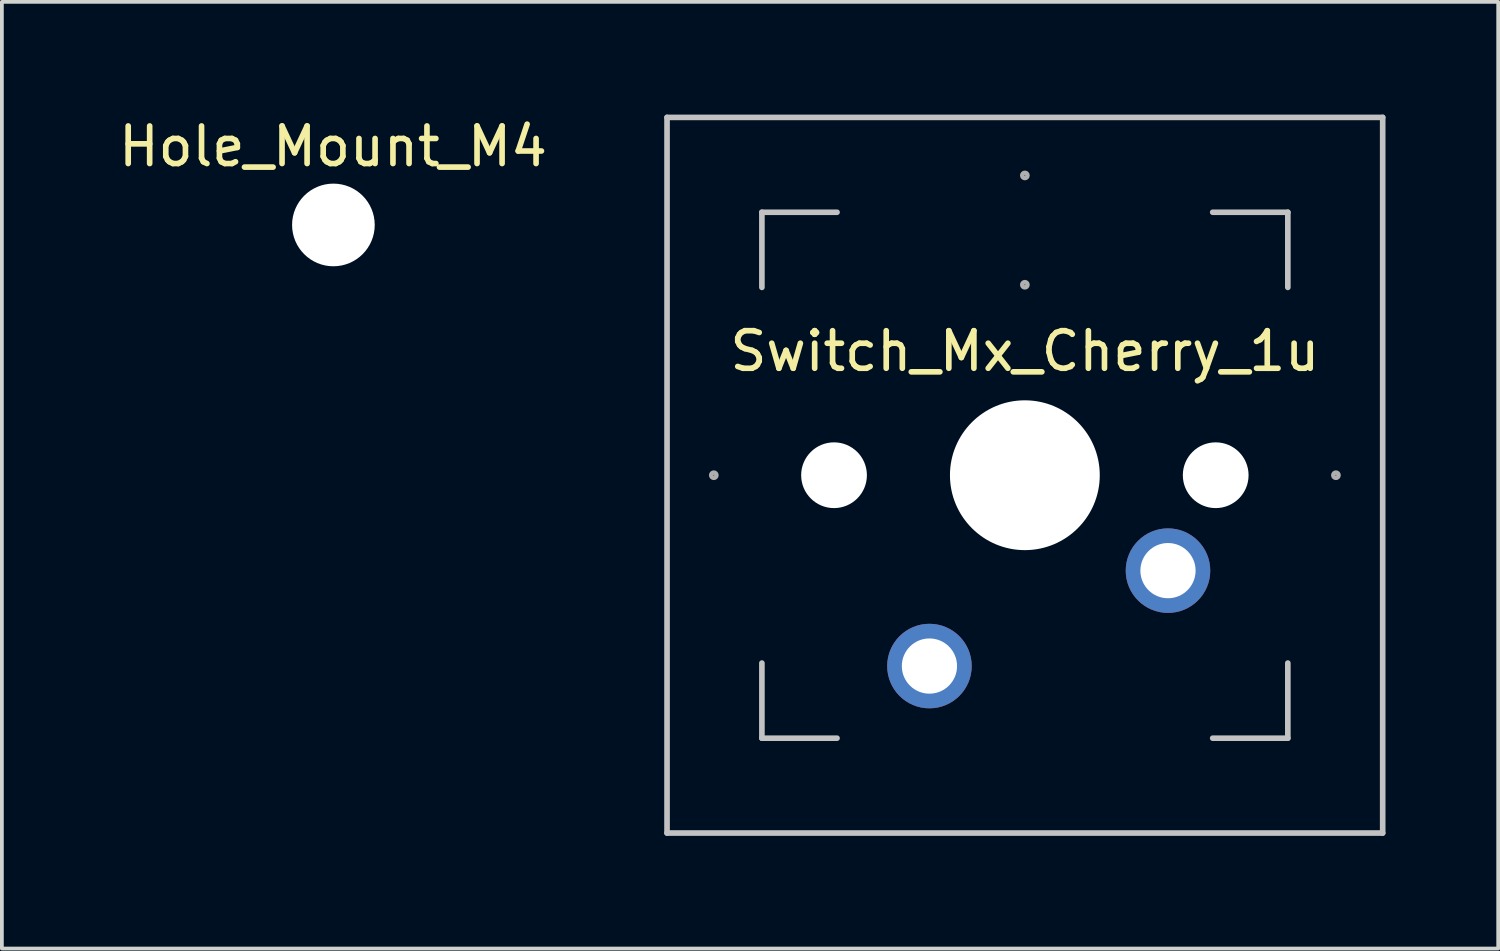
<source format=kicad_pcb>
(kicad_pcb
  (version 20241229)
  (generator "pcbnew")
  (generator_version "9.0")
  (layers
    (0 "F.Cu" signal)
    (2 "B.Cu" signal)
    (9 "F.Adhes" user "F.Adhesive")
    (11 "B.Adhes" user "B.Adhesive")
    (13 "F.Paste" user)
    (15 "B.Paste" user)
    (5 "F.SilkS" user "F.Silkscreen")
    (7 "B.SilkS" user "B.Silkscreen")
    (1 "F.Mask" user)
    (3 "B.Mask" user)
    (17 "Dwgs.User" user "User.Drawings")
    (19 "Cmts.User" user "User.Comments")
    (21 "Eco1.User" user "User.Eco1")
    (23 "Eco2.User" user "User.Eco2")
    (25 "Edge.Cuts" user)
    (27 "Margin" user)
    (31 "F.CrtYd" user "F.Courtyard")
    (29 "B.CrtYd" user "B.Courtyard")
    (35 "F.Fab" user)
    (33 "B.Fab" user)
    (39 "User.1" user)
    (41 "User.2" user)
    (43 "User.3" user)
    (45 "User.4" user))
  (footprint "Switch_Mx_Cherry_1u"
    (layer "F.Cu")
    (at 24.231 9.6)
    (property "Reference" "Switch_Mx_Cherry_1u" (at 0 -3.302 0) (layer "F.SilkS") (effects (font (size 1 1) (thickness 0.15))))
    (attr through_hole)
    (fp_line (start -9.525 -9.525) (end 9.525 -9.525) (stroke (width 0.15) (type solid)) (layer "Dwgs.User"))
    (fp_line (start -9.525 9.525) (end -9.525 -9.525) (stroke (width 0.15) (type solid)) (layer "Dwgs.User"))
    (fp_line (start -7 -7) (end -7 -5) (stroke (width 0.15) (type solid)) (layer "Dwgs.User"))
    (fp_line (start -7 7) (end -7 5) (stroke (width 0.15) (type solid)) (layer "Dwgs.User"))
    (fp_line (start -5 -7) (end -7 -7) (stroke (width 0.15) (type solid)) (layer "Dwgs.User"))
    (fp_line (start -5 7) (end -7 7) (stroke (width 0.15) (type solid)) (layer "Dwgs.User"))
    (fp_line (start 5 7) (end 7 7) (stroke (width 0.15) (type solid)) (layer "Dwgs.User"))
    (fp_line (start 7 -7) (end 5 -7) (stroke (width 0.15) (type solid)) (layer "Dwgs.User"))
    (fp_line (start 7 -5) (end 7 -7) (stroke (width 0.15) (type solid)) (layer "Dwgs.User"))
    (fp_line (start 7 7) (end 7 5) (stroke (width 0.15) (type solid)) (layer "Dwgs.User"))
    (fp_line (start 9.525 -9.525) (end 9.525 9.525) (stroke (width 0.15) (type solid)) (layer "Dwgs.User"))
    (fp_line (start 9.525 9.525) (end -9.525 9.525) (stroke (width 0.15) (type solid)) (layer "Dwgs.User"))
    (fp_circle (center -8.28 0) (end -8.28 0.01) (stroke (width 0.12) (type solid)) (fill no) (layer "F.Fab"))
    (fp_circle (center 0 -7.98) (end 0 -7.97) (stroke (width 0.12) (type solid)) (fill no) (layer "F.Fab"))
    (fp_circle (center 0 -5.07) (end 0 -5.06) (stroke (width 0.12) (type solid)) (fill no) (layer "F.Fab"))
    (fp_circle (center 8.28 0) (end 8.28 0.01) (stroke (width 0.12) (type solid)) (fill no) (layer "F.Fab"))
    (pad "" np_thru_hole circle (at -5.08 0 228.1) (size 1.75 1.75) (drill 1.75) (layers "*.Cu" "*.Mask"))
    (pad "" np_thru_hole circle (at 0 0 180) (size 3.988 3.988) (drill 3.988) (layers "*.Cu" "*.Mask"))
    (pad "" np_thru_hole circle (at 5.08 0 228.1) (size 1.75 1.75) (drill 1.75) (layers "*.Cu" "*.Mask"))
    (pad "1" thru_hole circle (at 3.81 2.54 180) (size 2.25 2.25) (drill 1.47) (layers "*.Cu" "B.Mask"))
    (pad "2" thru_hole circle (at -2.54 5.08 180) (size 2.25 2.25) (drill 1.47) (layers "*.Cu" "B.Mask")))
  (footprint "Hole_Mount_M4"
    (layer "F.Cu")
    (at 5.825 2.938)
    (property "Reference" "Hole_Mount_M4" (at -0.01 -2.09 0) (layer "F.SilkS") (effects (font (size 1 1) (thickness 0.15))))
    (attr through_hole)
    (pad "" np_thru_hole circle (at 0 0) (size 2.2 2.2) (drill 2.2) (layers "*.Cu" "*.Mask")))
  (gr_rect
    (start -3 -3)
    (end 36.831 22.2)
    (stroke (width 0.1) (type default))
    (fill no)
    (layer "Edge.Cuts")))
</source>
